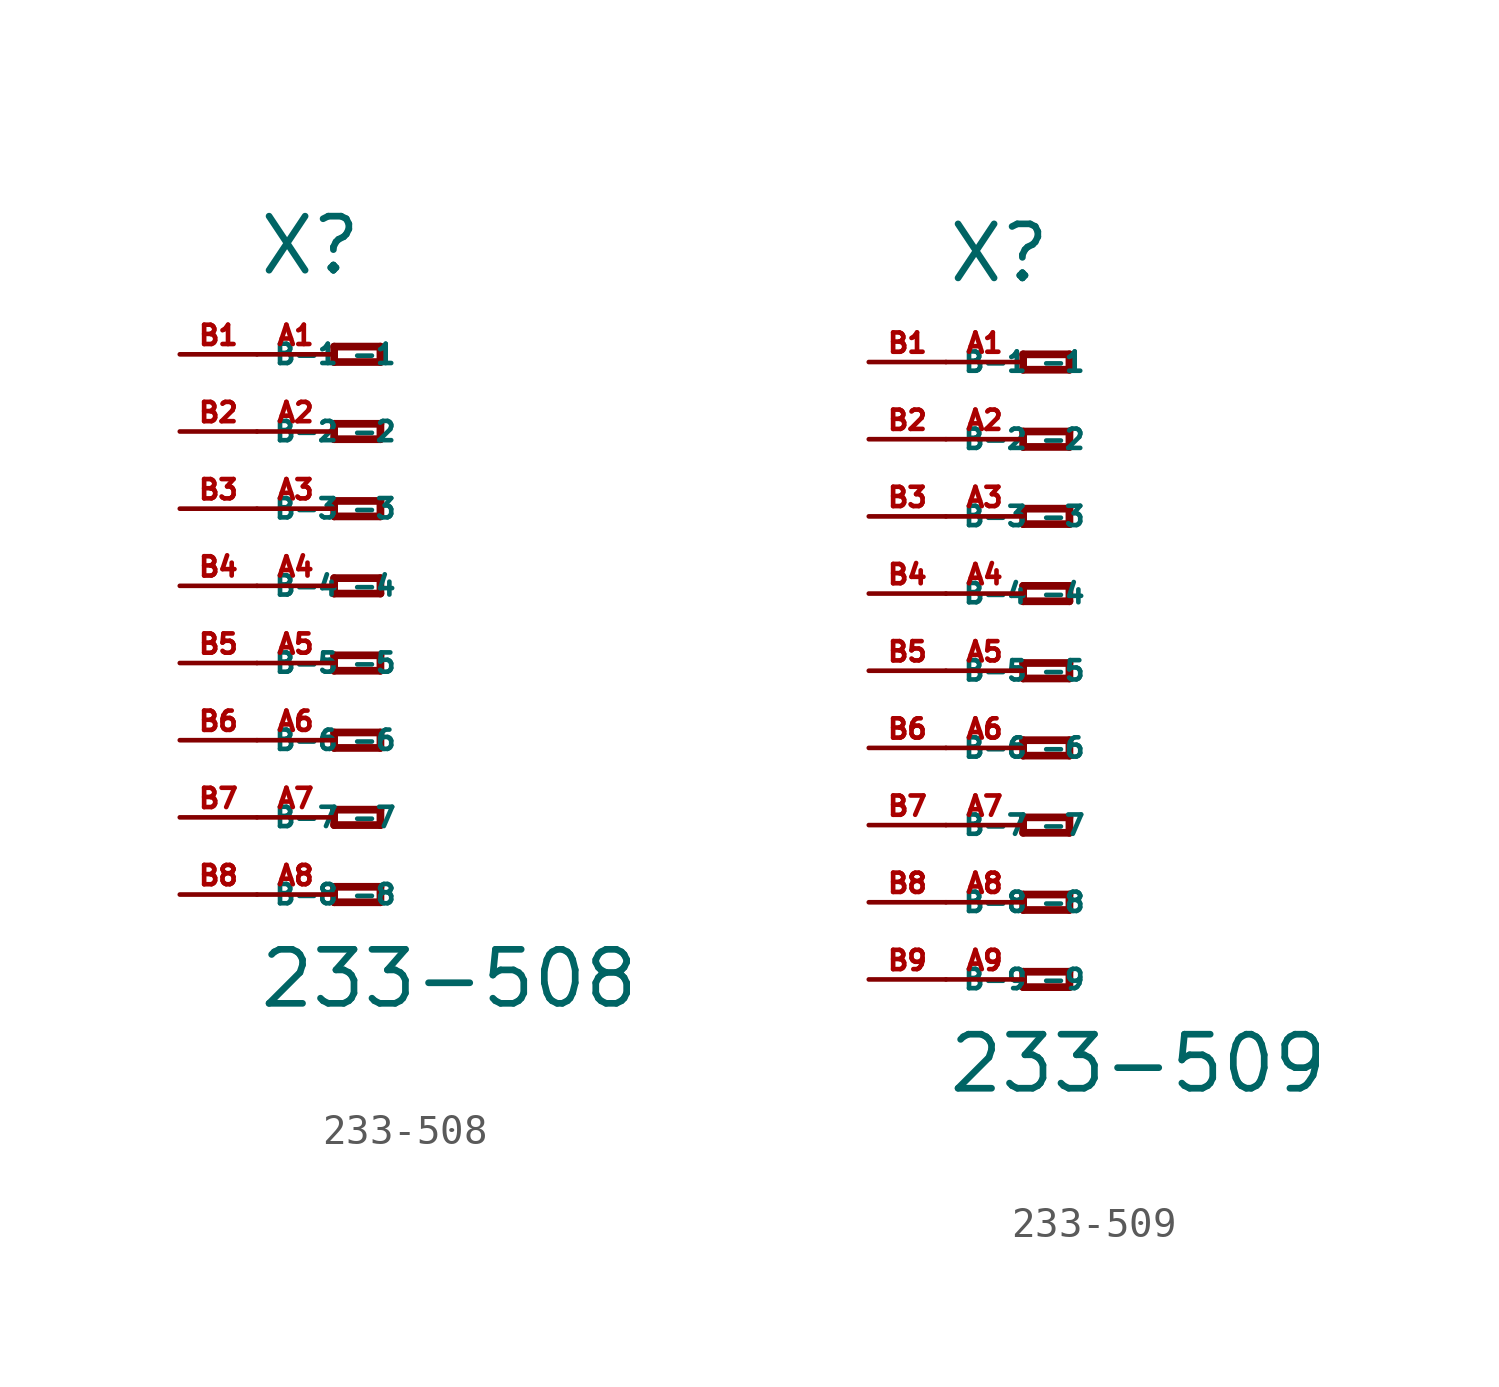
<source format=kicad_sym>
(kicad_symbol_lib
  (version 20220914)
  (generator Eagle2Kicad)
  (symbol "233-508"
    (property "Reference" "X"
      (at -5.08 10.16 0)
      (effects (font (size 1.778 1.778) (thickness 0.22)) (justify left bottom)))
    (property "Value" "233-508"
      (at -5.08 -13.97 0)
      (effects (font (size 1.778 1.778) (thickness 0.22)) (justify left bottom)))
    (polyline
      (pts (xy -2.54 7.874) (xy -2.54 7.366))
      (stroke (width 0.254) (type default))
      (fill (type none)))
    (polyline
      (pts (xy -2.54 7.366) (xy -1.016 7.366))
      (stroke (width 0.254) (type default))
      (fill (type none)))
    (polyline
      (pts (xy -1.016 7.366) (xy -1.016 7.874))
      (stroke (width 0.254) (type default))
      (fill (type none)))
    (polyline
      (pts (xy -1.016 7.874) (xy -2.54 7.874))
      (stroke (width 0.254) (type default))
      (fill (type none)))
    (polyline
      (pts (xy -2.54 5.334) (xy -2.54 4.826))
      (stroke (width 0.254) (type default))
      (fill (type none)))
    (polyline
      (pts (xy -2.54 4.826) (xy -1.016 4.826))
      (stroke (width 0.254) (type default))
      (fill (type none)))
    (polyline
      (pts (xy -1.016 4.826) (xy -1.016 5.334))
      (stroke (width 0.254) (type default))
      (fill (type none)))
    (polyline
      (pts (xy -1.016 5.334) (xy -2.54 5.334))
      (stroke (width 0.254) (type default))
      (fill (type none)))
    (polyline
      (pts (xy -2.54 2.794) (xy -2.54 2.286))
      (stroke (width 0.254) (type default))
      (fill (type none)))
    (polyline
      (pts (xy -2.54 2.286) (xy -1.016 2.286))
      (stroke (width 0.254) (type default))
      (fill (type none)))
    (polyline
      (pts (xy -1.016 2.286) (xy -1.016 2.794))
      (stroke (width 0.254) (type default))
      (fill (type none)))
    (polyline
      (pts (xy -1.016 2.794) (xy -2.54 2.794))
      (stroke (width 0.254) (type default))
      (fill (type none)))
    (polyline
      (pts (xy -2.54 0.254) (xy -2.54 -0.254))
      (stroke (width 0.254) (type default))
      (fill (type none)))
    (polyline
      (pts (xy -2.54 -0.254) (xy -1.016 -0.254))
      (stroke (width 0.254) (type default))
      (fill (type none)))
    (polyline
      (pts (xy -1.016 -0.254) (xy -1.016 0.254))
      (stroke (width 0.254) (type default))
      (fill (type none)))
    (polyline
      (pts (xy -1.016 0.254) (xy -2.54 0.254))
      (stroke (width 0.254) (type default))
      (fill (type none)))
    (polyline
      (pts (xy -2.54 -2.286) (xy -2.54 -2.794))
      (stroke (width 0.254) (type default))
      (fill (type none)))
    (polyline
      (pts (xy -2.54 -2.794) (xy -1.016 -2.794))
      (stroke (width 0.254) (type default))
      (fill (type none)))
    (polyline
      (pts (xy -1.016 -2.794) (xy -1.016 -2.286))
      (stroke (width 0.254) (type default))
      (fill (type none)))
    (polyline
      (pts (xy -1.016 -2.286) (xy -2.54 -2.286))
      (stroke (width 0.254) (type default))
      (fill (type none)))
    (polyline
      (pts (xy -2.54 -4.826) (xy -2.54 -5.334))
      (stroke (width 0.254) (type default))
      (fill (type none)))
    (polyline
      (pts (xy -2.54 -5.334) (xy -1.016 -5.334))
      (stroke (width 0.254) (type default))
      (fill (type none)))
    (polyline
      (pts (xy -1.016 -5.334) (xy -1.016 -4.826))
      (stroke (width 0.254) (type default))
      (fill (type none)))
    (polyline
      (pts (xy -1.016 -4.826) (xy -2.54 -4.826))
      (stroke (width 0.254) (type default))
      (fill (type none)))
    (polyline
      (pts (xy -2.54 -7.366) (xy -2.54 -7.874))
      (stroke (width 0.254) (type default))
      (fill (type none)))
    (polyline
      (pts (xy -2.54 -7.874) (xy -1.016 -7.874))
      (stroke (width 0.254) (type default))
      (fill (type none)))
    (polyline
      (pts (xy -1.016 -7.874) (xy -1.016 -7.366))
      (stroke (width 0.254) (type default))
      (fill (type none)))
    (polyline
      (pts (xy -1.016 -7.366) (xy -2.54 -7.366))
      (stroke (width 0.254) (type default))
      (fill (type none)))
    (polyline
      (pts (xy -2.54 -9.906) (xy -2.54 -10.414))
      (stroke (width 0.254) (type default))
      (fill (type none)))
    (polyline
      (pts (xy -2.54 -10.414) (xy -1.016 -10.414))
      (stroke (width 0.254) (type default))
      (fill (type none)))
    (polyline
      (pts (xy -1.016 -10.414) (xy -1.016 -9.906))
      (stroke (width 0.254) (type default))
      (fill (type none)))
    (polyline
      (pts (xy -1.016 -9.906) (xy -2.54 -9.906))
      (stroke (width 0.254) (type default))
      (fill (type none)))
    (pin passive line
      (at -5.08 7.62 0)
      (length 2.54)
      (name "-1" (effects (font (size 0.635 0.635) (thickness 0.08)) (justify left bottom)))
      (number "A1" (effects (font (size 0.635 0.635) (thickness 0.08)) (justify left bottom))))
    (pin passive line
      (at -5.08 5.08 0)
      (length 2.54)
      (name "-2" (effects (font (size 0.635 0.635) (thickness 0.08)) (justify left bottom)))
      (number "A2" (effects (font (size 0.635 0.635) (thickness 0.08)) (justify left bottom))))
    (pin passive line
      (at -5.08 2.54 0)
      (length 2.54)
      (name "-3" (effects (font (size 0.635 0.635) (thickness 0.08)) (justify left bottom)))
      (number "A3" (effects (font (size 0.635 0.635) (thickness 0.08)) (justify left bottom))))
    (pin passive line
      (at -5.08 0 0)
      (length 2.54)
      (name "-4" (effects (font (size 0.635 0.635) (thickness 0.08)) (justify left bottom)))
      (number "A4" (effects (font (size 0.635 0.635) (thickness 0.08)) (justify left bottom))))
    (pin passive line
      (at -5.08 -2.54 0)
      (length 2.54)
      (name "-5" (effects (font (size 0.635 0.635) (thickness 0.08)) (justify left bottom)))
      (number "A5" (effects (font (size 0.635 0.635) (thickness 0.08)) (justify left bottom))))
    (pin passive line
      (at -5.08 -5.08 0)
      (length 2.54)
      (name "-6" (effects (font (size 0.635 0.635) (thickness 0.08)) (justify left bottom)))
      (number "A6" (effects (font (size 0.635 0.635) (thickness 0.08)) (justify left bottom))))
    (pin passive line
      (at -5.08 -7.62 0)
      (length 2.54)
      (name "-7" (effects (font (size 0.635 0.635) (thickness 0.08)) (justify left bottom)))
      (number "A7" (effects (font (size 0.635 0.635) (thickness 0.08)) (justify left bottom))))
    (pin passive line
      (at -5.08 -10.16 0)
      (length 2.54)
      (name "-8" (effects (font (size 0.635 0.635) (thickness 0.08)) (justify left bottom)))
      (number "A8" (effects (font (size 0.635 0.635) (thickness 0.08)) (justify left bottom))))
    (pin passive line
      (at -7.62 -10.16 0)
      (length 2.54)
      (name "B-8" (effects (font (size 0.635 0.635) (thickness 0.08)) (justify left bottom)))
      (number "B8" (effects (font (size 0.635 0.635) (thickness 0.08)) (justify left bottom))))
    (pin passive line
      (at -7.62 7.62 0)
      (length 2.54)
      (name "B-1" (effects (font (size 0.635 0.635) (thickness 0.08)) (justify left bottom)))
      (number "B1" (effects (font (size 0.635 0.635) (thickness 0.08)) (justify left bottom))))
    (pin passive line
      (at -7.62 5.08 0)
      (length 2.54)
      (name "B-2" (effects (font (size 0.635 0.635) (thickness 0.08)) (justify left bottom)))
      (number "B2" (effects (font (size 0.635 0.635) (thickness 0.08)) (justify left bottom))))
    (pin passive line
      (at -7.62 2.54 0)
      (length 2.54)
      (name "B-3" (effects (font (size 0.635 0.635) (thickness 0.08)) (justify left bottom)))
      (number "B3" (effects (font (size 0.635 0.635) (thickness 0.08)) (justify left bottom))))
    (pin passive line
      (at -7.62 0 0)
      (length 2.54)
      (name "B-4" (effects (font (size 0.635 0.635) (thickness 0.08)) (justify left bottom)))
      (number "B4" (effects (font (size 0.635 0.635) (thickness 0.08)) (justify left bottom))))
    (pin passive line
      (at -7.62 -2.54 0)
      (length 2.54)
      (name "B-5" (effects (font (size 0.635 0.635) (thickness 0.08)) (justify left bottom)))
      (number "B5" (effects (font (size 0.635 0.635) (thickness 0.08)) (justify left bottom))))
    (pin passive line
      (at -7.62 -5.08 0)
      (length 2.54)
      (name "B-6" (effects (font (size 0.635 0.635) (thickness 0.08)) (justify left bottom)))
      (number "B6" (effects (font (size 0.635 0.635) (thickness 0.08)) (justify left bottom))))
    (pin passive line
      (at -7.62 -7.62 0)
      (length 2.54)
      (name "B-7" (effects (font (size 0.635 0.635) (thickness 0.08)) (justify left bottom)))
      (number "B7" (effects (font (size 0.635 0.635) (thickness 0.08)) (justify left bottom)))))
  (symbol "233-509"
    (property "Reference" "X"
      (at -5.08 12.7 0)
      (effects (font (size 1.778 1.778) (thickness 0.22)) (justify left bottom)))
    (property "Value" "233-509"
      (at -5.08 -13.97 0)
      (effects (font (size 1.778 1.778) (thickness 0.22)) (justify left bottom)))
    (polyline
      (pts (xy -2.54 10.414) (xy -2.54 9.906))
      (stroke (width 0.254) (type default))
      (fill (type none)))
    (polyline
      (pts (xy -2.54 9.906) (xy -1.016 9.906))
      (stroke (width 0.254) (type default))
      (fill (type none)))
    (polyline
      (pts (xy -1.016 9.906) (xy -1.016 10.414))
      (stroke (width 0.254) (type default))
      (fill (type none)))
    (polyline
      (pts (xy -1.016 10.414) (xy -2.54 10.414))
      (stroke (width 0.254) (type default))
      (fill (type none)))
    (polyline
      (pts (xy -2.54 7.874) (xy -2.54 7.366))
      (stroke (width 0.254) (type default))
      (fill (type none)))
    (polyline
      (pts (xy -2.54 7.366) (xy -1.016 7.366))
      (stroke (width 0.254) (type default))
      (fill (type none)))
    (polyline
      (pts (xy -1.016 7.366) (xy -1.016 7.874))
      (stroke (width 0.254) (type default))
      (fill (type none)))
    (polyline
      (pts (xy -1.016 7.874) (xy -2.54 7.874))
      (stroke (width 0.254) (type default))
      (fill (type none)))
    (polyline
      (pts (xy -2.54 5.334) (xy -2.54 4.826))
      (stroke (width 0.254) (type default))
      (fill (type none)))
    (polyline
      (pts (xy -2.54 4.826) (xy -1.016 4.826))
      (stroke (width 0.254) (type default))
      (fill (type none)))
    (polyline
      (pts (xy -1.016 4.826) (xy -1.016 5.334))
      (stroke (width 0.254) (type default))
      (fill (type none)))
    (polyline
      (pts (xy -1.016 5.334) (xy -2.54 5.334))
      (stroke (width 0.254) (type default))
      (fill (type none)))
    (polyline
      (pts (xy -2.54 2.794) (xy -2.54 2.286))
      (stroke (width 0.254) (type default))
      (fill (type none)))
    (polyline
      (pts (xy -2.54 2.286) (xy -1.016 2.286))
      (stroke (width 0.254) (type default))
      (fill (type none)))
    (polyline
      (pts (xy -1.016 2.286) (xy -1.016 2.794))
      (stroke (width 0.254) (type default))
      (fill (type none)))
    (polyline
      (pts (xy -1.016 2.794) (xy -2.54 2.794))
      (stroke (width 0.254) (type default))
      (fill (type none)))
    (polyline
      (pts (xy -2.54 0.254) (xy -2.54 -0.254))
      (stroke (width 0.254) (type default))
      (fill (type none)))
    (polyline
      (pts (xy -2.54 -0.254) (xy -1.016 -0.254))
      (stroke (width 0.254) (type default))
      (fill (type none)))
    (polyline
      (pts (xy -1.016 -0.254) (xy -1.016 0.254))
      (stroke (width 0.254) (type default))
      (fill (type none)))
    (polyline
      (pts (xy -1.016 0.254) (xy -2.54 0.254))
      (stroke (width 0.254) (type default))
      (fill (type none)))
    (polyline
      (pts (xy -2.54 -2.286) (xy -2.54 -2.794))
      (stroke (width 0.254) (type default))
      (fill (type none)))
    (polyline
      (pts (xy -2.54 -2.794) (xy -1.016 -2.794))
      (stroke (width 0.254) (type default))
      (fill (type none)))
    (polyline
      (pts (xy -1.016 -2.794) (xy -1.016 -2.286))
      (stroke (width 0.254) (type default))
      (fill (type none)))
    (polyline
      (pts (xy -1.016 -2.286) (xy -2.54 -2.286))
      (stroke (width 0.254) (type default))
      (fill (type none)))
    (polyline
      (pts (xy -2.54 -4.826) (xy -2.54 -5.334))
      (stroke (width 0.254) (type default))
      (fill (type none)))
    (polyline
      (pts (xy -2.54 -5.334) (xy -1.016 -5.334))
      (stroke (width 0.254) (type default))
      (fill (type none)))
    (polyline
      (pts (xy -1.016 -5.334) (xy -1.016 -4.826))
      (stroke (width 0.254) (type default))
      (fill (type none)))
    (polyline
      (pts (xy -1.016 -4.826) (xy -2.54 -4.826))
      (stroke (width 0.254) (type default))
      (fill (type none)))
    (polyline
      (pts (xy -2.54 -7.366) (xy -2.54 -7.874))
      (stroke (width 0.254) (type default))
      (fill (type none)))
    (polyline
      (pts (xy -2.54 -7.874) (xy -1.016 -7.874))
      (stroke (width 0.254) (type default))
      (fill (type none)))
    (polyline
      (pts (xy -1.016 -7.874) (xy -1.016 -7.366))
      (stroke (width 0.254) (type default))
      (fill (type none)))
    (polyline
      (pts (xy -1.016 -7.366) (xy -2.54 -7.366))
      (stroke (width 0.254) (type default))
      (fill (type none)))
    (polyline
      (pts (xy -2.54 -9.906) (xy -2.54 -10.414))
      (stroke (width 0.254) (type default))
      (fill (type none)))
    (polyline
      (pts (xy -2.54 -10.414) (xy -1.016 -10.414))
      (stroke (width 0.254) (type default))
      (fill (type none)))
    (polyline
      (pts (xy -1.016 -10.414) (xy -1.016 -9.906))
      (stroke (width 0.254) (type default))
      (fill (type none)))
    (polyline
      (pts (xy -1.016 -9.906) (xy -2.54 -9.906))
      (stroke (width 0.254) (type default))
      (fill (type none)))
    (pin passive line
      (at -5.08 10.16 0)
      (length 2.54)
      (name "-1" (effects (font (size 0.635 0.635) (thickness 0.08)) (justify left bottom)))
      (number "A1" (effects (font (size 0.635 0.635) (thickness 0.08)) (justify left bottom))))
    (pin passive line
      (at -5.08 7.62 0)
      (length 2.54)
      (name "-2" (effects (font (size 0.635 0.635) (thickness 0.08)) (justify left bottom)))
      (number "A2" (effects (font (size 0.635 0.635) (thickness 0.08)) (justify left bottom))))
    (pin passive line
      (at -5.08 5.08 0)
      (length 2.54)
      (name "-3" (effects (font (size 0.635 0.635) (thickness 0.08)) (justify left bottom)))
      (number "A3" (effects (font (size 0.635 0.635) (thickness 0.08)) (justify left bottom))))
    (pin passive line
      (at -5.08 2.54 0)
      (length 2.54)
      (name "-4" (effects (font (size 0.635 0.635) (thickness 0.08)) (justify left bottom)))
      (number "A4" (effects (font (size 0.635 0.635) (thickness 0.08)) (justify left bottom))))
    (pin passive line
      (at -5.08 0 0)
      (length 2.54)
      (name "-5" (effects (font (size 0.635 0.635) (thickness 0.08)) (justify left bottom)))
      (number "A5" (effects (font (size 0.635 0.635) (thickness 0.08)) (justify left bottom))))
    (pin passive line
      (at -5.08 -2.54 0)
      (length 2.54)
      (name "-6" (effects (font (size 0.635 0.635) (thickness 0.08)) (justify left bottom)))
      (number "A6" (effects (font (size 0.635 0.635) (thickness 0.08)) (justify left bottom))))
    (pin passive line
      (at -5.08 -5.08 0)
      (length 2.54)
      (name "-7" (effects (font (size 0.635 0.635) (thickness 0.08)) (justify left bottom)))
      (number "A7" (effects (font (size 0.635 0.635) (thickness 0.08)) (justify left bottom))))
    (pin passive line
      (at -5.08 -7.62 0)
      (length 2.54)
      (name "-8" (effects (font (size 0.635 0.635) (thickness 0.08)) (justify left bottom)))
      (number "A8" (effects (font (size 0.635 0.635) (thickness 0.08)) (justify left bottom))))
    (pin passive line
      (at -5.08 -10.16 0)
      (length 2.54)
      (name "-9" (effects (font (size 0.635 0.635) (thickness 0.08)) (justify left bottom)))
      (number "A9" (effects (font (size 0.635 0.635) (thickness 0.08)) (justify left bottom))))
    (pin passive line
      (at -7.62 -10.16 0)
      (length 2.54)
      (name "B-9" (effects (font (size 0.635 0.635) (thickness 0.08)) (justify left bottom)))
      (number "B9" (effects (font (size 0.635 0.635) (thickness 0.08)) (justify left bottom))))
    (pin passive line
      (at -7.62 10.16 0)
      (length 2.54)
      (name "B-1" (effects (font (size 0.635 0.635) (thickness 0.08)) (justify left bottom)))
      (number "B1" (effects (font (size 0.635 0.635) (thickness 0.08)) (justify left bottom))))
    (pin passive line
      (at -7.62 7.62 0)
      (length 2.54)
      (name "B-2" (effects (font (size 0.635 0.635) (thickness 0.08)) (justify left bottom)))
      (number "B2" (effects (font (size 0.635 0.635) (thickness 0.08)) (justify left bottom))))
    (pin passive line
      (at -7.62 5.08 0)
      (length 2.54)
      (name "B-3" (effects (font (size 0.635 0.635) (thickness 0.08)) (justify left bottom)))
      (number "B3" (effects (font (size 0.635 0.635) (thickness 0.08)) (justify left bottom))))
    (pin passive line
      (at -7.62 2.54 0)
      (length 2.54)
      (name "B-4" (effects (font (size 0.635 0.635) (thickness 0.08)) (justify left bottom)))
      (number "B4" (effects (font (size 0.635 0.635) (thickness 0.08)) (justify left bottom))))
    (pin passive line
      (at -7.62 0 0)
      (length 2.54)
      (name "B-5" (effects (font (size 0.635 0.635) (thickness 0.08)) (justify left bottom)))
      (number "B5" (effects (font (size 0.635 0.635) (thickness 0.08)) (justify left bottom))))
    (pin passive line
      (at -7.62 -2.54 0)
      (length 2.54)
      (name "B-6" (effects (font (size 0.635 0.635) (thickness 0.08)) (justify left bottom)))
      (number "B6" (effects (font (size 0.635 0.635) (thickness 0.08)) (justify left bottom))))
    (pin passive line
      (at -7.62 -5.08 0)
      (length 2.54)
      (name "B-7" (effects (font (size 0.635 0.635) (thickness 0.08)) (justify left bottom)))
      (number "B7" (effects (font (size 0.635 0.635) (thickness 0.08)) (justify left bottom))))
    (pin passive line
      (at -7.62 -7.62 0)
      (length 2.54)
      (name "B-8" (effects (font (size 0.635 0.635) (thickness 0.08)) (justify left bottom)))
      (number "B8" (effects (font (size 0.635 0.635) (thickness 0.08)) (justify left bottom))))))
</source>
